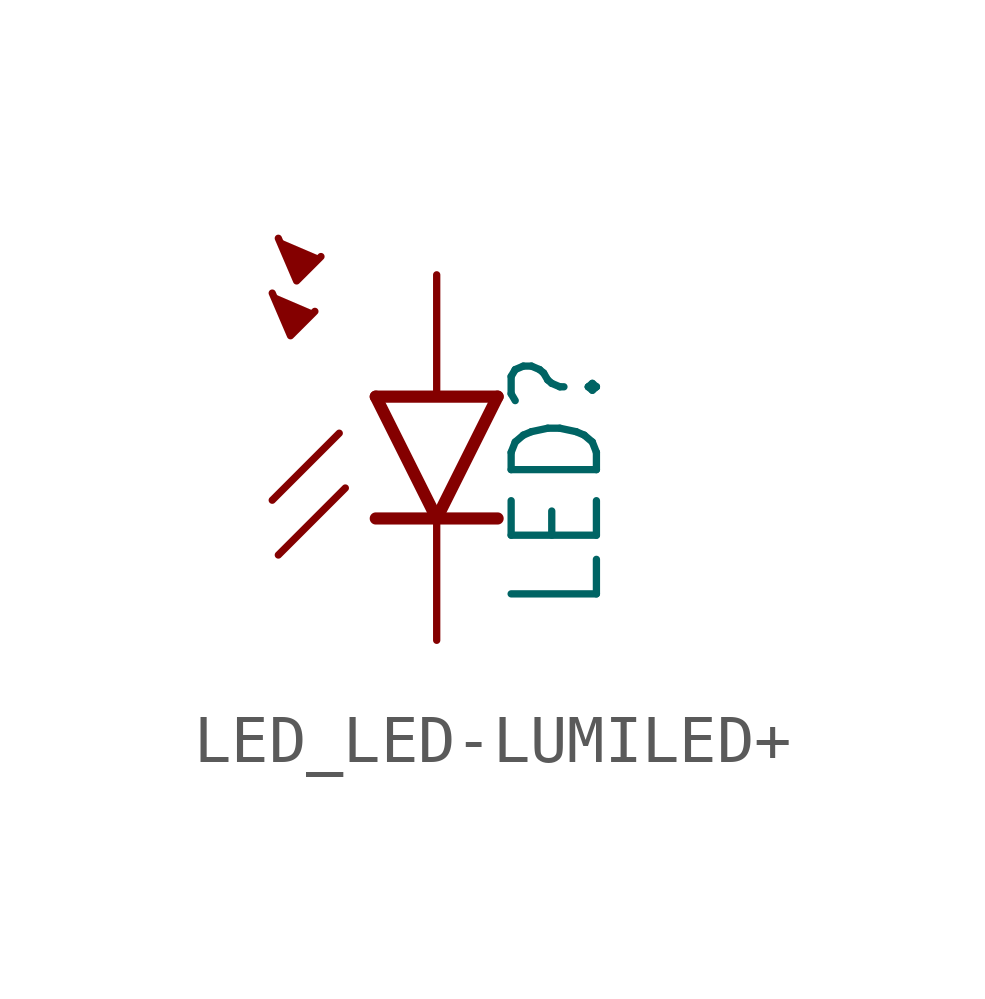
<source format=kicad_sym>
(kicad_symbol_lib
  (version 20241209)
  (generator "kicad_symbol_editor")
  (generator_version "9.0")
  (symbol "LED_LED-LUMILED+"
    (property "Reference" "LED"
      (at 3.556 -4.572 90)
      (effects (font (size 1.778 1.511)) (justify left bottom)))
    (property "Value" ""
      (at 5.715 -4.572 90)
      (effects (font (size 1.778 1.511)) (justify left bottom)))
    (property "ki_locked" ""
      (at 0 0 0)
      (effects (font (size 1.27 1.27))))
    (symbol "LED_LED-LUMILED+_1_0"
      (polyline (pts (xy -3.429 2.159) (xy -3.048 1.27) (xy -2.54 1.778)) (stroke (width 0.152) (type solid)) (fill (type outline)))
      (polyline (pts (xy -3.302 3.302) (xy -2.921 2.413) (xy -2.413 2.921)) (stroke (width 0.152) (type solid)) (fill (type outline)))
      (polyline (pts (xy -2.032 -0.762) (xy -3.429 -2.159)) (stroke (width 0.152) (type solid)) (fill (type none)))
      (polyline (pts (xy -1.905 -1.905) (xy -3.302 -3.302)) (stroke (width 0.152) (type solid)) (fill (type none)))
      (polyline (pts (xy 0 -2.54) (xy -1.27 0)) (stroke (width 0.254) (type solid)) (fill (type none)))
      (polyline (pts (xy 0 -2.54) (xy -1.27 -2.54)) (stroke (width 0.254) (type solid)) (fill (type none)))
      (polyline (pts (xy 1.27 0) (xy -1.27 0)) (stroke (width 0.254) (type solid)) (fill (type none)))
      (polyline (pts (xy 1.27 0) (xy 0 -2.54)) (stroke (width 0.254) (type solid)) (fill (type none)))
      (polyline (pts (xy 1.27 -2.54) (xy 0 -2.54)) (stroke (width 0.254) (type solid)) (fill (type none)))
      (pin passive line (at 0 2.54 270) (length 2.54) (name "A" (effects (font (size 0 0)))) (number "2+" (effects (font (size 0 0)))))
      (pin passive line (at 0 -5.08 90) (length 2.54) (name "C" (effects (font (size 0 0)))) (number "4-" (effects (font (size 0 0))))))))
</source>
